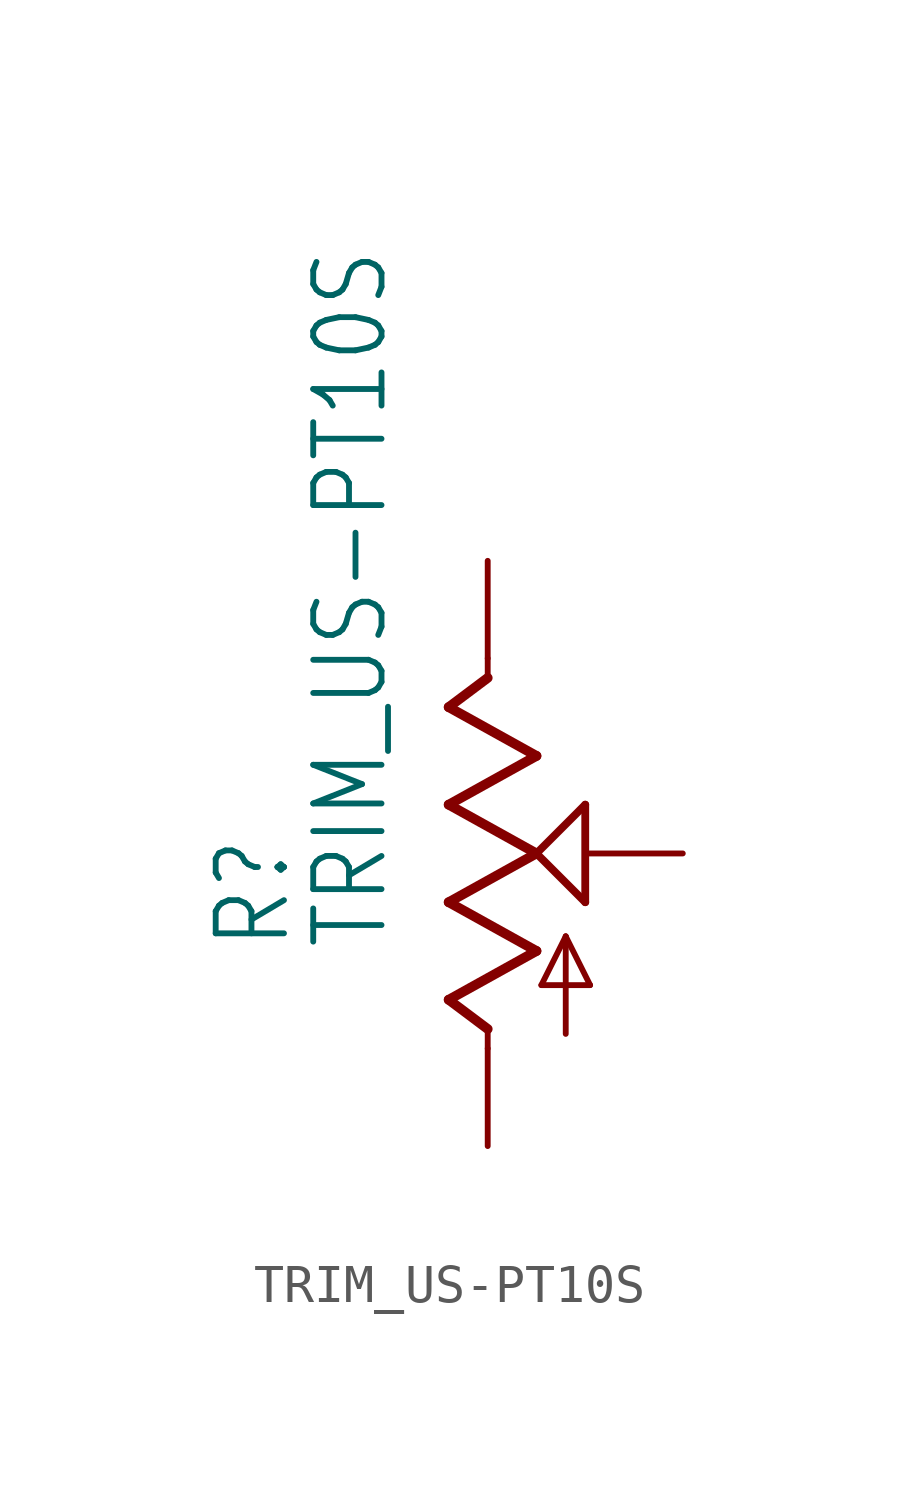
<source format=kicad_sym>
(kicad_symbol_lib
  (version 20211014)
  (generator kicad_symbol_editor)
  (symbol "TRIM_US-PT10S"
    (property "Reference" "R"
      (at -5.08 -2.54 90)
      (effects (font (size 1.778 1.511)) (justify left bottom)))
    (property "Value" "TRIM_US-PT10S"
      (at -2.54 -2.54 90)
      (effects (font (size 1.778 1.511)) (justify left bottom)))
    (property "ki_locked" ""
      (at 0 0 0)
      (effects (font (size 1.27 1.27))))
    (symbol "TRIM_US-PT10S_1_0"
      (polyline (pts (xy -1.016 -3.81) (xy 1.27 -2.54)) (stroke (width 0.254) (type default) (color 0 0 0 0)) (fill (type none)))
      (polyline (pts (xy -1.016 -1.27) (xy 1.27 0)) (stroke (width 0.254) (type default) (color 0 0 0 0)) (fill (type none)))
      (polyline (pts (xy -1.016 1.27) (xy 1.27 2.54)) (stroke (width 0.254) (type default) (color 0 0 0 0)) (fill (type none)))
      (polyline (pts (xy -1.016 3.81) (xy 0 4.572)) (stroke (width 0.254) (type default) (color 0 0 0 0)) (fill (type none)))
      (polyline (pts (xy 0 -5.08) (xy 0 -4.572)) (stroke (width 0.152) (type default) (color 0 0 0 0)) (fill (type none)))
      (polyline (pts (xy 0 -4.572) (xy -1.016 -3.81)) (stroke (width 0.254) (type default) (color 0 0 0 0)) (fill (type none)))
      (polyline (pts (xy 0 4.572) (xy 0 5.08)) (stroke (width 0.152) (type default) (color 0 0 0 0)) (fill (type none)))
      (polyline (pts (xy 1.27 -2.54) (xy -1.016 -1.27)) (stroke (width 0.254) (type default) (color 0 0 0 0)) (fill (type none)))
      (polyline (pts (xy 1.27 0) (xy -1.016 1.27)) (stroke (width 0.254) (type default) (color 0 0 0 0)) (fill (type none)))
      (polyline (pts (xy 1.27 0) (xy 2.54 1.27)) (stroke (width 0.203) (type default) (color 0 0 0 0)) (fill (type none)))
      (polyline (pts (xy 1.27 2.54) (xy -1.016 3.81)) (stroke (width 0.254) (type default) (color 0 0 0 0)) (fill (type none)))
      (polyline (pts (xy 1.397 -3.429) (xy 2.032 -2.159)) (stroke (width 0.152) (type default) (color 0 0 0 0)) (fill (type none)))
      (polyline (pts (xy 2.032 -4.699) (xy 2.032 -2.159)) (stroke (width 0.152) (type default) (color 0 0 0 0)) (fill (type none)))
      (polyline (pts (xy 2.032 -2.159) (xy 2.667 -3.429)) (stroke (width 0.152) (type default) (color 0 0 0 0)) (fill (type none)))
      (polyline (pts (xy 2.54 -1.27) (xy 1.27 0)) (stroke (width 0.203) (type default) (color 0 0 0 0)) (fill (type none)))
      (polyline (pts (xy 2.54 1.27) (xy 2.54 -1.27)) (stroke (width 0.203) (type default) (color 0 0 0 0)) (fill (type none)))
      (polyline (pts (xy 2.667 -3.429) (xy 1.397 -3.429)) (stroke (width 0.152) (type default) (color 0 0 0 0)) (fill (type none)))
      (pin passive line (at 0 -7.62 90) (length 2.54) (name "A" (effects (font (size 0 0)))) (number "A" (effects (font (size 0 0)))))
      (pin passive line (at 0 7.62 270) (length 2.54) (name "E" (effects (font (size 0 0)))) (number "E" (effects (font (size 0 0)))))
      (pin passive line (at 5.08 0 180) (length 2.54) (name "S" (effects (font (size 0 0)))) (number "S" (effects (font (size 0 0))))))))
</source>
